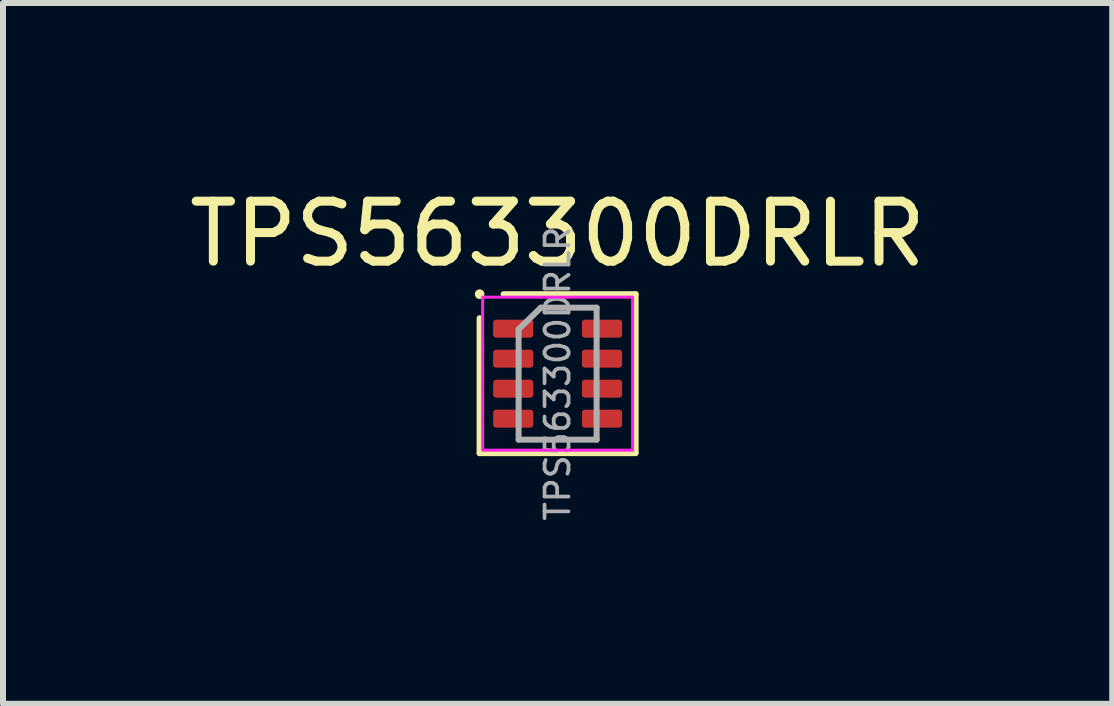
<source format=kicad_pcb>
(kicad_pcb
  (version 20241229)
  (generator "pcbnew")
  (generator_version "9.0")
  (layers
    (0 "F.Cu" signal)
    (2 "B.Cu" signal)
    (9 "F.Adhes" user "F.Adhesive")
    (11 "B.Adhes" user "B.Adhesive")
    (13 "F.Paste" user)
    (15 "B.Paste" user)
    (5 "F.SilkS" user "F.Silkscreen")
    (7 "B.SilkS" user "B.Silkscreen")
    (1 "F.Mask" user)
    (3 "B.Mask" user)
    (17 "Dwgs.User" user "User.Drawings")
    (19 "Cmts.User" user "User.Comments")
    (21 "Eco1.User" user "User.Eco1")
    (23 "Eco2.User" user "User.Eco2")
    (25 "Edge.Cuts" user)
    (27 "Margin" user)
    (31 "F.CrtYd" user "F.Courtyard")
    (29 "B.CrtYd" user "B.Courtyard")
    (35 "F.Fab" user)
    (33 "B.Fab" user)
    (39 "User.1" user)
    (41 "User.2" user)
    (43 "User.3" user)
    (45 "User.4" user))
  (footprint "TPS563300DRLR"
    (layer "F.Cu")
    (at 6.244 3.178)
    (property "Reference" "TPS563300DRLR" (at 0 -2.33 0) (unlocked yes) (layer "F.SilkS") (effects (font (size 1 1) (thickness 0.15))))
    (attr smd allow_soldermask_bridges)
    (fp_line (start -1.3 1.325) (end -1.3 -0.925) (stroke (width 0.1) (type solid)) (layer "F.SilkS"))
    (fp_line (start -1.3 1.325) (end 1.3 1.325) (stroke (width 0.1) (type solid)) (layer "F.SilkS"))
    (fp_line (start -0.9 -1.325) (end 1.3 -1.325) (stroke (width 0.1) (type solid)) (layer "F.SilkS"))
    (fp_line (start 1.3 1.315) (end 1.3 -1.325) (stroke (width 0.1) (type solid)) (layer "F.SilkS"))
    (fp_circle (center -1.3 -1.325) (end -1.225 -1.325) (stroke (width 0.01) (type solid)) (fill yes) (layer "F.SilkS"))
    (fp_rect (start -1.25 -1.275) (end 1.25 1.275) (stroke (width 0.05) (type solid)) (fill no) (layer "F.CrtYd"))
    (fp_line (start -0.65 -0.74) (end -0.65 1.1) (stroke (width 0.1) (type solid)) (layer "F.Fab"))
    (fp_line (start -0.65 -0.74) (end -0.28 -1.1) (stroke (width 0.1) (type solid)) (layer "F.Fab"))
    (fp_line (start 0.65 -1.1) (end -0.28 -1.1) (stroke (width 0.1) (type solid)) (layer "F.Fab"))
    (fp_line (start 0.65 -1.1) (end 0.65 1.1) (stroke (width 0.1) (type solid)) (layer "F.Fab"))
    (fp_line (start 0.65 1.1) (end -0.65 1.1) (stroke (width 0.1) (type solid)) (layer "F.Fab"))
    (fp_text user "${REFERENCE}" (at 0 0 90) (unlocked yes) (layer "F.Fab") (effects (font (size 0.4 0.4) (thickness 0.062))))
    (pad "1" smd roundrect (at -0.74 -0.75) (size 0.67 0.3) (layers "F.Cu" "F.Mask" "F.Paste") (roundrect_rratio 0.167))
    (pad "2" smd roundrect (at -0.74 -0.25) (size 0.67 0.3) (layers "F.Cu" "F.Mask" "F.Paste") (roundrect_rratio 0.167))
    (pad "3" smd roundrect (at -0.74 0.25) (size 0.67 0.3) (layers "F.Cu" "F.Mask" "F.Paste") (roundrect_rratio 0.167))
    (pad "4" smd roundrect (at -0.74 0.75) (size 0.67 0.3) (layers "F.Cu" "F.Mask" "F.Paste") (roundrect_rratio 0.167))
    (pad "5" smd roundrect (at 0.74 0.75) (size 0.67 0.3) (layers "F.Cu" "F.Mask" "F.Paste") (roundrect_rratio 0.167))
    (pad "6" smd roundrect (at 0.74 0.25) (size 0.67 0.3) (layers "F.Cu" "F.Mask" "F.Paste") (roundrect_rratio 0.167))
    (pad "7" smd roundrect (at 0.74 -0.25) (size 0.67 0.3) (layers "F.Cu" "F.Mask" "F.Paste") (roundrect_rratio 0.167))
    (pad "8" smd roundrect (at 0.74 -0.75) (size 0.67 0.3) (layers "F.Cu" "F.Mask" "F.Paste") (roundrect_rratio 0.167)))
  (gr_rect
    (start -3 -3)
    (end 15.488 8.68)
    (stroke (width 0.1) (type default))
    (fill no)
    (layer "Edge.Cuts")))
</source>
